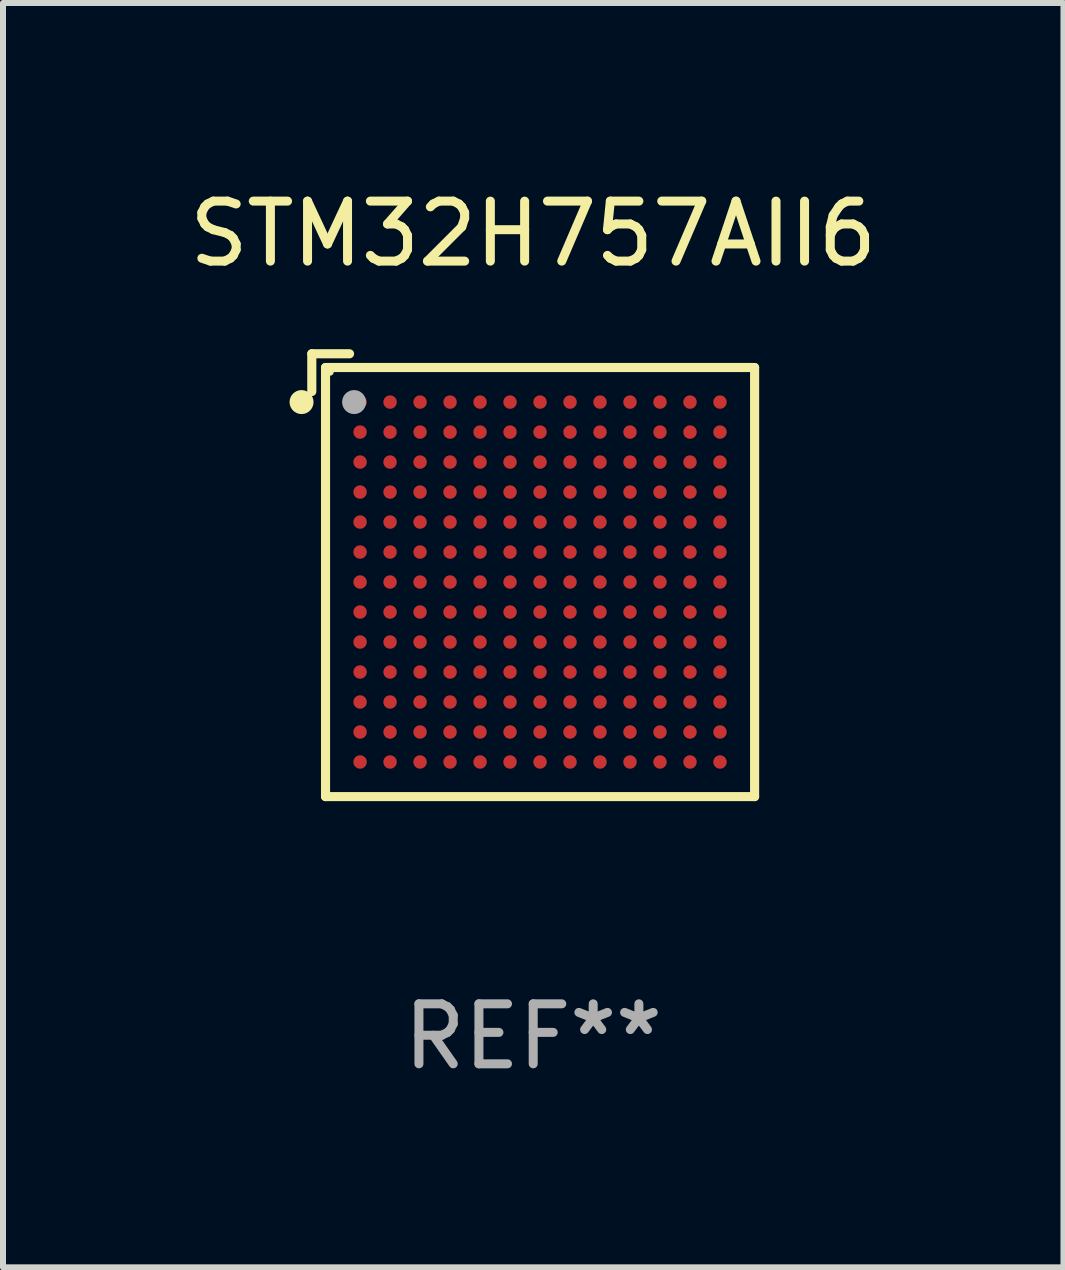
<source format=kicad_pcb>
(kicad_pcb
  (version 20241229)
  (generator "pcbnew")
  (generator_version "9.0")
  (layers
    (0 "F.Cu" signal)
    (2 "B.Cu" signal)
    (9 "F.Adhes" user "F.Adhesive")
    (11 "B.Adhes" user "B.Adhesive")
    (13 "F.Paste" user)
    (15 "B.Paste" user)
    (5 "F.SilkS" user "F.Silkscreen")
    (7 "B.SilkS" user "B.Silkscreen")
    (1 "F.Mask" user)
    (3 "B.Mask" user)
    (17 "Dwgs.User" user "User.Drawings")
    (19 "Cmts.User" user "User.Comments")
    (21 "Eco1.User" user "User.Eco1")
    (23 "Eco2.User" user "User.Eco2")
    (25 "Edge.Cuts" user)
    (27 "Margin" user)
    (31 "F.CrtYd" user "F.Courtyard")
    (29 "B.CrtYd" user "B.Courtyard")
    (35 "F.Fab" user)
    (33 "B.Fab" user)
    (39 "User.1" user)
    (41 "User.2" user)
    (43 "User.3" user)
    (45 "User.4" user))
  (footprint "STM32H757AII6"
    (layer "F.Cu")
    (at 5.839 6.539)
    (property "Reference" "STM32H757AII6" (at 0 -5.691 0) (layer "F.SilkS") (effects (font (size 1 1) (thickness 0.15))))
    (attr through_hole)
    (fp_line (start -3.691 -3.691) (end -3.691 -3.062) (stroke (width 0.152) (type solid)) (layer "F.SilkS"))
    (fp_line (start -3.462 -3.462) (end 3.691 -3.462) (stroke (width 0.152) (type solid)) (layer "F.SilkS"))
    (fp_line (start -3.462 3.691) (end -3.462 -3.462) (stroke (width 0.152) (type solid)) (layer "F.SilkS"))
    (fp_line (start -3.062 -3.691) (end -3.691 -3.691) (stroke (width 0.152) (type solid)) (layer "F.SilkS"))
    (fp_line (start 3.691 -3.462) (end 3.691 3.691) (stroke (width 0.152) (type solid)) (layer "F.SilkS"))
    (fp_line (start 3.691 3.691) (end -3.462 3.691) (stroke (width 0.152) (type solid)) (layer "F.SilkS"))
    (fp_circle (center -3.862 -2.886) (end -3.762 -2.886) (stroke (width 0.2) (type solid)) (fill no) (layer "F.SilkS"))
    (fp_circle (center -3.386 -3.386) (end -3.356 -3.386) (stroke (width 0.06) (type solid)) (fill no) (layer "F.SilkS"))
    (fp_circle (center -2.986 -2.886) (end -2.886 -2.886) (stroke (width 0.2) (type solid)) (fill no) (layer "F.Fab"))
    (fp_text user "REF**" (at 0 7.691 0) (layer "F.Fab") (effects (font (size 1 1) (thickness 0.15))))
    (pad "A1" smd circle (at -2.886 -2.886) (size 0.224 0.224) (layers "F.Cu" "F.Mask" "F.Paste"))
    (pad "A2" smd circle (at -2.386 -2.886) (size 0.224 0.224) (layers "F.Cu" "F.Mask" "F.Paste"))
    (pad "A3" smd circle (at -1.886 -2.886) (size 0.224 0.224) (layers "F.Cu" "F.Mask" "F.Paste"))
    (pad "A4" smd circle (at -1.386 -2.886) (size 0.224 0.224) (layers "F.Cu" "F.Mask" "F.Paste"))
    (pad "A5" smd circle (at -0.886 -2.886) (size 0.224 0.224) (layers "F.Cu" "F.Mask" "F.Paste"))
    (pad "A6" smd circle (at -0.386 -2.886) (size 0.224 0.224) (layers "F.Cu" "F.Mask" "F.Paste"))
    (pad "A7" smd circle (at 0.114 -2.886) (size 0.224 0.224) (layers "F.Cu" "F.Mask" "F.Paste"))
    (pad "A8" smd circle (at 0.614 -2.886) (size 0.224 0.224) (layers "F.Cu" "F.Mask" "F.Paste"))
    (pad "A9" smd circle (at 1.114 -2.886) (size 0.224 0.224) (layers "F.Cu" "F.Mask" "F.Paste"))
    (pad "A10" smd circle (at 1.614 -2.886) (size 0.224 0.224) (layers "F.Cu" "F.Mask" "F.Paste"))
    (pad "A11" smd circle (at 2.114 -2.886) (size 0.224 0.224) (layers "F.Cu" "F.Mask" "F.Paste"))
    (pad "A12" smd circle (at 2.614 -2.886) (size 0.224 0.224) (layers "F.Cu" "F.Mask" "F.Paste"))
    (pad "A13" smd circle (at 3.114 -2.886) (size 0.224 0.224) (layers "F.Cu" "F.Mask" "F.Paste"))
    (pad "B1" smd circle (at -2.886 -2.386) (size 0.224 0.224) (layers "F.Cu" "F.Mask" "F.Paste"))
    (pad "B2" smd circle (at -2.386 -2.386) (size 0.224 0.224) (layers "F.Cu" "F.Mask" "F.Paste"))
    (pad "B3" smd circle (at -1.886 -2.386) (size 0.224 0.224) (layers "F.Cu" "F.Mask" "F.Paste"))
    (pad "B4" smd circle (at -1.386 -2.386) (size 0.224 0.224) (layers "F.Cu" "F.Mask" "F.Paste"))
    (pad "B5" smd circle (at -0.886 -2.386) (size 0.224 0.224) (layers "F.Cu" "F.Mask" "F.Paste"))
    (pad "B6" smd circle (at -0.386 -2.386) (size 0.224 0.224) (layers "F.Cu" "F.Mask" "F.Paste"))
    (pad "B7" smd circle (at 0.114 -2.386) (size 0.224 0.224) (layers "F.Cu" "F.Mask" "F.Paste"))
    (pad "B8" smd circle (at 0.614 -2.386) (size 0.224 0.224) (layers "F.Cu" "F.Mask" "F.Paste"))
    (pad "B9" smd circle (at 1.114 -2.386) (size 0.224 0.224) (layers "F.Cu" "F.Mask" "F.Paste"))
    (pad "B10" smd circle (at 1.614 -2.386) (size 0.224 0.224) (layers "F.Cu" "F.Mask" "F.Paste"))
    (pad "B11" smd circle (at 2.114 -2.386) (size 0.224 0.224) (layers "F.Cu" "F.Mask" "F.Paste"))
    (pad "B12" smd circle (at 2.614 -2.386) (size 0.224 0.224) (layers "F.Cu" "F.Mask" "F.Paste"))
    (pad "B13" smd circle (at 3.114 -2.386) (size 0.224 0.224) (layers "F.Cu" "F.Mask" "F.Paste"))
    (pad "C1" smd circle (at -2.886 -1.886) (size 0.224 0.224) (layers "F.Cu" "F.Mask" "F.Paste"))
    (pad "C2" smd circle (at -2.386 -1.886) (size 0.224 0.224) (layers "F.Cu" "F.Mask" "F.Paste"))
    (pad "C3" smd circle (at -1.886 -1.886) (size 0.224 0.224) (layers "F.Cu" "F.Mask" "F.Paste"))
    (pad "C4" smd circle (at -1.386 -1.886) (size 0.224 0.224) (layers "F.Cu" "F.Mask" "F.Paste"))
    (pad "C5" smd circle (at -0.886 -1.886) (size 0.224 0.224) (layers "F.Cu" "F.Mask" "F.Paste"))
    (pad "C6" smd circle (at -0.386 -1.886) (size 0.224 0.224) (layers "F.Cu" "F.Mask" "F.Paste"))
    (pad "C7" smd circle (at 0.114 -1.886) (size 0.224 0.224) (layers "F.Cu" "F.Mask" "F.Paste"))
    (pad "C8" smd circle (at 0.614 -1.886) (size 0.224 0.224) (layers "F.Cu" "F.Mask" "F.Paste"))
    (pad "C9" smd circle (at 1.114 -1.886) (size 0.224 0.224) (layers "F.Cu" "F.Mask" "F.Paste"))
    (pad "C10" smd circle (at 1.614 -1.886) (size 0.224 0.224) (layers "F.Cu" "F.Mask" "F.Paste"))
    (pad "C11" smd circle (at 2.114 -1.886) (size 0.224 0.224) (layers "F.Cu" "F.Mask" "F.Paste"))
    (pad "C12" smd circle (at 2.614 -1.886) (size 0.224 0.224) (layers "F.Cu" "F.Mask" "F.Paste"))
    (pad "C13" smd circle (at 3.114 -1.886) (size 0.224 0.224) (layers "F.Cu" "F.Mask" "F.Paste"))
    (pad "D1" smd circle (at -2.886 -1.386) (size 0.224 0.224) (layers "F.Cu" "F.Mask" "F.Paste"))
    (pad "D2" smd circle (at -2.386 -1.386) (size 0.224 0.224) (layers "F.Cu" "F.Mask" "F.Paste"))
    (pad "D3" smd circle (at -1.886 -1.386) (size 0.224 0.224) (layers "F.Cu" "F.Mask" "F.Paste"))
    (pad "D4" smd circle (at -1.386 -1.386) (size 0.224 0.224) (layers "F.Cu" "F.Mask" "F.Paste"))
    (pad "D5" smd circle (at -0.886 -1.386) (size 0.224 0.224) (layers "F.Cu" "F.Mask" "F.Paste"))
    (pad "D6" smd circle (at -0.386 -1.386) (size 0.224 0.224) (layers "F.Cu" "F.Mask" "F.Paste"))
    (pad "D7" smd circle (at 0.114 -1.386) (size 0.224 0.224) (layers "F.Cu" "F.Mask" "F.Paste"))
    (pad "D8" smd circle (at 0.614 -1.386) (size 0.224 0.224) (layers "F.Cu" "F.Mask" "F.Paste"))
    (pad "D9" smd circle (at 1.114 -1.386) (size 0.224 0.224) (layers "F.Cu" "F.Mask" "F.Paste"))
    (pad "D10" smd circle (at 1.614 -1.386) (size 0.224 0.224) (layers "F.Cu" "F.Mask" "F.Paste"))
    (pad "D11" smd circle (at 2.114 -1.386) (size 0.224 0.224) (layers "F.Cu" "F.Mask" "F.Paste"))
    (pad "D12" smd circle (at 2.614 -1.386) (size 0.224 0.224) (layers "F.Cu" "F.Mask" "F.Paste"))
    (pad "D13" smd circle (at 3.114 -1.386) (size 0.224 0.224) (layers "F.Cu" "F.Mask" "F.Paste"))
    (pad "E1" smd circle (at -2.886 -0.886) (size 0.224 0.224) (layers "F.Cu" "F.Mask" "F.Paste"))
    (pad "E2" smd circle (at -2.386 -0.886) (size 0.224 0.224) (layers "F.Cu" "F.Mask" "F.Paste"))
    (pad "E3" smd circle (at -1.886 -0.886) (size 0.224 0.224) (layers "F.Cu" "F.Mask" "F.Paste"))
    (pad "E4" smd circle (at -1.386 -0.886) (size 0.224 0.224) (layers "F.Cu" "F.Mask" "F.Paste"))
    (pad "E5" smd circle (at -0.886 -0.886) (size 0.224 0.224) (layers "F.Cu" "F.Mask" "F.Paste"))
    (pad "E6" smd circle (at -0.386 -0.886) (size 0.224 0.224) (layers "F.Cu" "F.Mask" "F.Paste"))
    (pad "E7" smd circle (at 0.114 -0.886) (size 0.224 0.224) (layers "F.Cu" "F.Mask" "F.Paste"))
    (pad "E8" smd circle (at 0.614 -0.886) (size 0.224 0.224) (layers "F.Cu" "F.Mask" "F.Paste"))
    (pad "E9" smd circle (at 1.114 -0.886) (size 0.224 0.224) (layers "F.Cu" "F.Mask" "F.Paste"))
    (pad "E10" smd circle (at 1.614 -0.886) (size 0.224 0.224) (layers "F.Cu" "F.Mask" "F.Paste"))
    (pad "E11" smd circle (at 2.114 -0.886) (size 0.224 0.224) (layers "F.Cu" "F.Mask" "F.Paste"))
    (pad "E12" smd circle (at 2.614 -0.886) (size 0.224 0.224) (layers "F.Cu" "F.Mask" "F.Paste"))
    (pad "E13" smd circle (at 3.114 -0.886) (size 0.224 0.224) (layers "F.Cu" "F.Mask" "F.Paste"))
    (pad "F1" smd circle (at -2.886 -0.386) (size 0.224 0.224) (layers "F.Cu" "F.Mask" "F.Paste"))
    (pad "F2" smd circle (at -2.386 -0.386) (size 0.224 0.224) (layers "F.Cu" "F.Mask" "F.Paste"))
    (pad "F3" smd circle (at -1.886 -0.386) (size 0.224 0.224) (layers "F.Cu" "F.Mask" "F.Paste"))
    (pad "F4" smd circle (at -1.386 -0.386) (size 0.224 0.224) (layers "F.Cu" "F.Mask" "F.Paste"))
    (pad "F5" smd circle (at -0.886 -0.386) (size 0.224 0.224) (layers "F.Cu" "F.Mask" "F.Paste"))
    (pad "F6" smd circle (at -0.386 -0.386) (size 0.224 0.224) (layers "F.Cu" "F.Mask" "F.Paste"))
    (pad "F7" smd circle (at 0.114 -0.386) (size 0.224 0.224) (layers "F.Cu" "F.Mask" "F.Paste"))
    (pad "F8" smd circle (at 0.614 -0.386) (size 0.224 0.224) (layers "F.Cu" "F.Mask" "F.Paste"))
    (pad "F9" smd circle (at 1.114 -0.386) (size 0.224 0.224) (layers "F.Cu" "F.Mask" "F.Paste"))
    (pad "F10" smd circle (at 1.614 -0.386) (size 0.224 0.224) (layers "F.Cu" "F.Mask" "F.Paste"))
    (pad "F11" smd circle (at 2.114 -0.386) (size 0.224 0.224) (layers "F.Cu" "F.Mask" "F.Paste"))
    (pad "F12" smd circle (at 2.614 -0.386) (size 0.224 0.224) (layers "F.Cu" "F.Mask" "F.Paste"))
    (pad "F13" smd circle (at 3.114 -0.386) (size 0.224 0.224) (layers "F.Cu" "F.Mask" "F.Paste"))
    (pad "G1" smd circle (at -2.886 0.114) (size 0.224 0.224) (layers "F.Cu" "F.Mask" "F.Paste"))
    (pad "G2" smd circle (at -2.386 0.114) (size 0.224 0.224) (layers "F.Cu" "F.Mask" "F.Paste"))
    (pad "G3" smd circle (at -1.886 0.114) (size 0.224 0.224) (layers "F.Cu" "F.Mask" "F.Paste"))
    (pad "G4" smd circle (at -1.386 0.114) (size 0.224 0.224) (layers "F.Cu" "F.Mask" "F.Paste"))
    (pad "G5" smd circle (at -0.886 0.114) (size 0.224 0.224) (layers "F.Cu" "F.Mask" "F.Paste"))
    (pad "G6" smd circle (at -0.386 0.114) (size 0.224 0.224) (layers "F.Cu" "F.Mask" "F.Paste"))
    (pad "G7" smd circle (at 0.114 0.114) (size 0.224 0.224) (layers "F.Cu" "F.Mask" "F.Paste"))
    (pad "G8" smd circle (at 0.614 0.114) (size 0.224 0.224) (layers "F.Cu" "F.Mask" "F.Paste"))
    (pad "G9" smd circle (at 1.114 0.114) (size 0.224 0.224) (layers "F.Cu" "F.Mask" "F.Paste"))
    (pad "G10" smd circle (at 1.614 0.114) (size 0.224 0.224) (layers "F.Cu" "F.Mask" "F.Paste"))
    (pad "G11" smd circle (at 2.114 0.114) (size 0.224 0.224) (layers "F.Cu" "F.Mask" "F.Paste"))
    (pad "G12" smd circle (at 2.614 0.114) (size 0.224 0.224) (layers "F.Cu" "F.Mask" "F.Paste"))
    (pad "G13" smd circle (at 3.114 0.114) (size 0.224 0.224) (layers "F.Cu" "F.Mask" "F.Paste"))
    (pad "H1" smd circle (at -2.886 0.614) (size 0.224 0.224) (layers "F.Cu" "F.Mask" "F.Paste"))
    (pad "H2" smd circle (at -2.386 0.614) (size 0.224 0.224) (layers "F.Cu" "F.Mask" "F.Paste"))
    (pad "H3" smd circle (at -1.886 0.614) (size 0.224 0.224) (layers "F.Cu" "F.Mask" "F.Paste"))
    (pad "H4" smd circle (at -1.386 0.614) (size 0.224 0.224) (layers "F.Cu" "F.Mask" "F.Paste"))
    (pad "H5" smd circle (at -0.886 0.614) (size 0.224 0.224) (layers "F.Cu" "F.Mask" "F.Paste"))
    (pad "H6" smd circle (at -0.386 0.614) (size 0.224 0.224) (layers "F.Cu" "F.Mask" "F.Paste"))
    (pad "H7" smd circle (at 0.114 0.614) (size 0.224 0.224) (layers "F.Cu" "F.Mask" "F.Paste"))
    (pad "H8" smd circle (at 0.614 0.614) (size 0.224 0.224) (layers "F.Cu" "F.Mask" "F.Paste"))
    (pad "H9" smd circle (at 1.114 0.614) (size 0.224 0.224) (layers "F.Cu" "F.Mask" "F.Paste"))
    (pad "H10" smd circle (at 1.614 0.614) (size 0.224 0.224) (layers "F.Cu" "F.Mask" "F.Paste"))
    (pad "H11" smd circle (at 2.114 0.614) (size 0.224 0.224) (layers "F.Cu" "F.Mask" "F.Paste"))
    (pad "H12" smd circle (at 2.614 0.614) (size 0.224 0.224) (layers "F.Cu" "F.Mask" "F.Paste"))
    (pad "H13" smd circle (at 3.114 0.614) (size 0.224 0.224) (layers "F.Cu" "F.Mask" "F.Paste"))
    (pad "J1" smd circle (at -2.886 1.114) (size 0.224 0.224) (layers "F.Cu" "F.Mask" "F.Paste"))
    (pad "J2" smd circle (at -2.386 1.114) (size 0.224 0.224) (layers "F.Cu" "F.Mask" "F.Paste"))
    (pad "J3" smd circle (at -1.886 1.114) (size 0.224 0.224) (layers "F.Cu" "F.Mask" "F.Paste"))
    (pad "J4" smd circle (at -1.386 1.114) (size 0.224 0.224) (layers "F.Cu" "F.Mask" "F.Paste"))
    (pad "J5" smd circle (at -0.886 1.114) (size 0.224 0.224) (layers "F.Cu" "F.Mask" "F.Paste"))
    (pad "J6" smd circle (at -0.386 1.114) (size 0.224 0.224) (layers "F.Cu" "F.Mask" "F.Paste"))
    (pad "J7" smd circle (at 0.114 1.114) (size 0.224 0.224) (layers "F.Cu" "F.Mask" "F.Paste"))
    (pad "J8" smd circle (at 0.614 1.114) (size 0.224 0.224) (layers "F.Cu" "F.Mask" "F.Paste"))
    (pad "J9" smd circle (at 1.114 1.114) (size 0.224 0.224) (layers "F.Cu" "F.Mask" "F.Paste"))
    (pad "J10" smd circle (at 1.614 1.114) (size 0.224 0.224) (layers "F.Cu" "F.Mask" "F.Paste"))
    (pad "J11" smd circle (at 2.114 1.114) (size 0.224 0.224) (layers "F.Cu" "F.Mask" "F.Paste"))
    (pad "J12" smd circle (at 2.614 1.114) (size 0.224 0.224) (layers "F.Cu" "F.Mask" "F.Paste"))
    (pad "J13" smd circle (at 3.114 1.114) (size 0.224 0.224) (layers "F.Cu" "F.Mask" "F.Paste"))
    (pad "K1" smd circle (at -2.886 1.614) (size 0.224 0.224) (layers "F.Cu" "F.Mask" "F.Paste"))
    (pad "K2" smd circle (at -2.386 1.614) (size 0.224 0.224) (layers "F.Cu" "F.Mask" "F.Paste"))
    (pad "K3" smd circle (at -1.886 1.614) (size 0.224 0.224) (layers "F.Cu" "F.Mask" "F.Paste"))
    (pad "K4" smd circle (at -1.386 1.614) (size 0.224 0.224) (layers "F.Cu" "F.Mask" "F.Paste"))
    (pad "K5" smd circle (at -0.886 1.614) (size 0.224 0.224) (layers "F.Cu" "F.Mask" "F.Paste"))
    (pad "K6" smd circle (at -0.386 1.614) (size 0.224 0.224) (layers "F.Cu" "F.Mask" "F.Paste"))
    (pad "K7" smd circle (at 0.114 1.614) (size 0.224 0.224) (layers "F.Cu" "F.Mask" "F.Paste"))
    (pad "K8" smd circle (at 0.614 1.614) (size 0.224 0.224) (layers "F.Cu" "F.Mask" "F.Paste"))
    (pad "K9" smd circle (at 1.114 1.614) (size 0.224 0.224) (layers "F.Cu" "F.Mask" "F.Paste"))
    (pad "K10" smd circle (at 1.614 1.614) (size 0.224 0.224) (layers "F.Cu" "F.Mask" "F.Paste"))
    (pad "K11" smd circle (at 2.114 1.614) (size 0.224 0.224) (layers "F.Cu" "F.Mask" "F.Paste"))
    (pad "K12" smd circle (at 2.614 1.614) (size 0.224 0.224) (layers "F.Cu" "F.Mask" "F.Paste"))
    (pad "K13" smd circle (at 3.114 1.614) (size 0.224 0.224) (layers "F.Cu" "F.Mask" "F.Paste"))
    (pad "L1" smd circle (at -2.886 2.114) (size 0.224 0.224) (layers "F.Cu" "F.Mask" "F.Paste"))
    (pad "L2" smd circle (at -2.386 2.114) (size 0.224 0.224) (layers "F.Cu" "F.Mask" "F.Paste"))
    (pad "L3" smd circle (at -1.886 2.114) (size 0.224 0.224) (layers "F.Cu" "F.Mask" "F.Paste"))
    (pad "L4" smd circle (at -1.386 2.114) (size 0.224 0.224) (layers "F.Cu" "F.Mask" "F.Paste"))
    (pad "L5" smd circle (at -0.886 2.114) (size 0.224 0.224) (layers "F.Cu" "F.Mask" "F.Paste"))
    (pad "L6" smd circle (at -0.386 2.114) (size 0.224 0.224) (layers "F.Cu" "F.Mask" "F.Paste"))
    (pad "L7" smd circle (at 0.114 2.114) (size 0.224 0.224) (layers "F.Cu" "F.Mask" "F.Paste"))
    (pad "L8" smd circle (at 0.614 2.114) (size 0.224 0.224) (layers "F.Cu" "F.Mask" "F.Paste"))
    (pad "L9" smd circle (at 1.114 2.114) (size 0.224 0.224) (layers "F.Cu" "F.Mask" "F.Paste"))
    (pad "L10" smd circle (at 1.614 2.114) (size 0.224 0.224) (layers "F.Cu" "F.Mask" "F.Paste"))
    (pad "L11" smd circle (at 2.114 2.114) (size 0.224 0.224) (layers "F.Cu" "F.Mask" "F.Paste"))
    (pad "L12" smd circle (at 2.614 2.114) (size 0.224 0.224) (layers "F.Cu" "F.Mask" "F.Paste"))
    (pad "L13" smd circle (at 3.114 2.114) (size 0.224 0.224) (layers "F.Cu" "F.Mask" "F.Paste"))
    (pad "M1" smd circle (at -2.886 2.614) (size 0.224 0.224) (layers "F.Cu" "F.Mask" "F.Paste"))
    (pad "M2" smd circle (at -2.386 2.614) (size 0.224 0.224) (layers "F.Cu" "F.Mask" "F.Paste"))
    (pad "M3" smd circle (at -1.886 2.614) (size 0.224 0.224) (layers "F.Cu" "F.Mask" "F.Paste"))
    (pad "M4" smd circle (at -1.386 2.614) (size 0.224 0.224) (layers "F.Cu" "F.Mask" "F.Paste"))
    (pad "M5" smd circle (at -0.886 2.614) (size 0.224 0.224) (layers "F.Cu" "F.Mask" "F.Paste"))
    (pad "M6" smd circle (at -0.386 2.614) (size 0.224 0.224) (layers "F.Cu" "F.Mask" "F.Paste"))
    (pad "M7" smd circle (at 0.114 2.614) (size 0.224 0.224) (layers "F.Cu" "F.Mask" "F.Paste"))
    (pad "M8" smd circle (at 0.614 2.614) (size 0.224 0.224) (layers "F.Cu" "F.Mask" "F.Paste"))
    (pad "M9" smd circle (at 1.114 2.614) (size 0.224 0.224) (layers "F.Cu" "F.Mask" "F.Paste"))
    (pad "M10" smd circle (at 1.614 2.614) (size 0.224 0.224) (layers "F.Cu" "F.Mask" "F.Paste"))
    (pad "M11" smd circle (at 2.114 2.614) (size 0.224 0.224) (layers "F.Cu" "F.Mask" "F.Paste"))
    (pad "M12" smd circle (at 2.614 2.614) (size 0.224 0.224) (layers "F.Cu" "F.Mask" "F.Paste"))
    (pad "M13" smd circle (at 3.114 2.614) (size 0.224 0.224) (layers "F.Cu" "F.Mask" "F.Paste"))
    (pad "N1" smd circle (at -2.886 3.114) (size 0.224 0.224) (layers "F.Cu" "F.Mask" "F.Paste"))
    (pad "N2" smd circle (at -2.386 3.114) (size 0.224 0.224) (layers "F.Cu" "F.Mask" "F.Paste"))
    (pad "N3" smd circle (at -1.886 3.114) (size 0.224 0.224) (layers "F.Cu" "F.Mask" "F.Paste"))
    (pad "N4" smd circle (at -1.386 3.114) (size 0.224 0.224) (layers "F.Cu" "F.Mask" "F.Paste"))
    (pad "N5" smd circle (at -0.886 3.114) (size 0.224 0.224) (layers "F.Cu" "F.Mask" "F.Paste"))
    (pad "N6" smd circle (at -0.386 3.114) (size 0.224 0.224) (layers "F.Cu" "F.Mask" "F.Paste"))
    (pad "N7" smd circle (at 0.114 3.114) (size 0.224 0.224) (layers "F.Cu" "F.Mask" "F.Paste"))
    (pad "N8" smd circle (at 0.614 3.114) (size 0.224 0.224) (layers "F.Cu" "F.Mask" "F.Paste"))
    (pad "N9" smd circle (at 1.114 3.114) (size 0.224 0.224) (layers "F.Cu" "F.Mask" "F.Paste"))
    (pad "N10" smd circle (at 1.614 3.114) (size 0.224 0.224) (layers "F.Cu" "F.Mask" "F.Paste"))
    (pad "N11" smd circle (at 2.114 3.114) (size 0.224 0.224) (layers "F.Cu" "F.Mask" "F.Paste"))
    (pad "N12" smd circle (at 2.614 3.114) (size 0.224 0.224) (layers "F.Cu" "F.Mask" "F.Paste"))
    (pad "N13" smd circle (at 3.114 3.114) (size 0.224 0.224) (layers "F.Cu" "F.Mask" "F.Paste")))
  (gr_rect
    (start -3 -3)
    (end 14.679 18.078)
    (stroke (width 0.1) (type default))
    (fill no)
    (layer "Edge.Cuts")))
</source>
